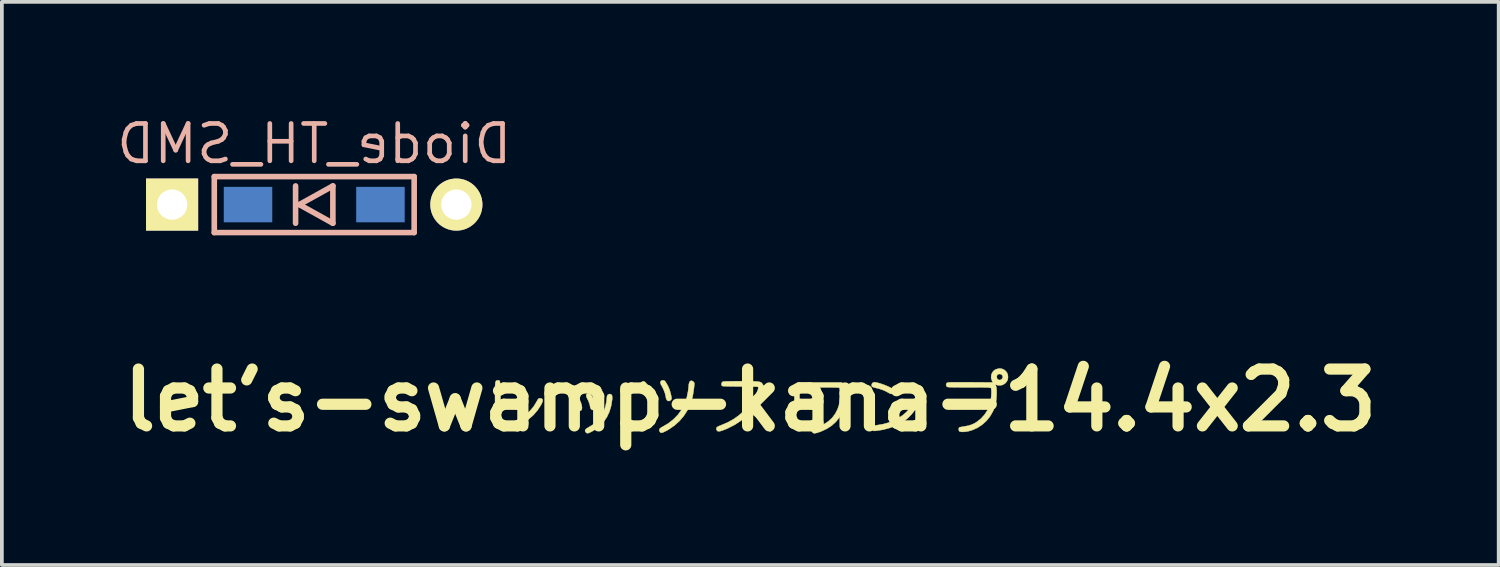
<source format=kicad_pcb>
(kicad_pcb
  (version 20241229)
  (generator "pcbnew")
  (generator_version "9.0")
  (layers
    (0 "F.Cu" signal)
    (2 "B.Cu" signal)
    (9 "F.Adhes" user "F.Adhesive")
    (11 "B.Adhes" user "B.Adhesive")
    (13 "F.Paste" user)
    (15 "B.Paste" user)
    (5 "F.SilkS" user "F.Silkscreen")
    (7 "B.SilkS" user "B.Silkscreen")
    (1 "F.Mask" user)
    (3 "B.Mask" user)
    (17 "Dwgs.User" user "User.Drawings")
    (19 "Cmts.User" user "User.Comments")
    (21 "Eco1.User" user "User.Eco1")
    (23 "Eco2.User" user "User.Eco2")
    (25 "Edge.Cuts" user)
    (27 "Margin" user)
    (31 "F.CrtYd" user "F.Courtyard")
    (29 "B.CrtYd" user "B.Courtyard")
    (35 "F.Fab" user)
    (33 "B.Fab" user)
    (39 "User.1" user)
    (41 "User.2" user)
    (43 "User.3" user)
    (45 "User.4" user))
  (footprint "Diode_TH_SMD"
    (layer "F.Cu")
    (at 5.373 2.434)
    (property "Reference" "Diode_TH_SMD" (at 0 -1.63 0) (layer "B.SilkS") (effects (font (size 1 1) (thickness 0.125)) (justify mirror)))
    (attr smd)
    (fp_line (start -2.679 -0.75) (end -2.679 0.75) (stroke (width 0.15) (type solid)) (layer "B.SilkS"))
    (fp_line (start -2.679 0.75) (end 2.679 0.75) (stroke (width 0.15) (type solid)) (layer "B.SilkS"))
    (fp_line (start -0.5 -0.5) (end -0.5 0.5) (stroke (width 0.15) (type solid)) (layer "B.SilkS"))
    (fp_line (start -0.4 0) (end 0.5 -0.5) (stroke (width 0.15) (type solid)) (layer "B.SilkS"))
    (fp_line (start 0.5 -0.5) (end 0.5 0.5) (stroke (width 0.15) (type solid)) (layer "B.SilkS"))
    (fp_line (start 0.5 0.5) (end -0.4 0) (stroke (width 0.15) (type solid)) (layer "B.SilkS"))
    (fp_line (start 2.679 -0.75) (end -2.679 -0.75) (stroke (width 0.15) (type solid)) (layer "B.SilkS"))
    (fp_line (start 2.679 -0.75) (end 2.679 0.75) (stroke (width 0.15) (type solid)) (layer "B.SilkS"))
    (pad "1" thru_hole rect (at -3.81 0) (size 1.397 1.397) (drill 0.813) (layers "*.Cu" "*.Mask" "F.SilkS"))
    (pad "1" smd rect (at -1.775 0) (size 1.3 0.95) (layers "B.Cu" "B.Mask" "B.Paste"))
    (pad "2" smd rect (at 1.775 0) (size 1.3 0.95) (layers "B.Cu" "B.Mask" "B.Paste"))
    (pad "2" thru_hole circle (at 3.81 0) (size 1.397 1.397) (drill 0.813) (layers "*.Cu" "*.Mask" "F.SilkS")))
  (footprint "let's-swamp-kana-14.4x2.3"
    (layer "F.Cu")
    (at 17.062 7.677)
    (property "Reference" "let's-swamp-kana-14.4x2.3" (at 0 0 0) (layer "F.SilkS") (effects (font (size 1.524 1.524) (thickness 0.3))))
    (attr through_hole)
    (fp_poly (pts (xy -4.311 -0.185) (xy -4.285 -0.168) (xy -4.255 -0.13) (xy -4.225 -0.078) (xy -4.196 -0.015) (xy -4.171 0.052) (xy -4.153 0.12) (xy -4.146 0.155) (xy -4.143 0.194) (xy -4.148 0.219) (xy -4.164 0.24) (xy -4.201 0.263) (xy -4.238 0.261) (xy -4.267 0.241) (xy -4.286 0.211) (xy -4.293 0.184) (xy -4.298 0.145) (xy -4.313 0.092) (xy -4.334 0.035) (xy -4.358 -0.019) (xy -4.377 -0.053) (xy -4.397 -0.1) (xy -4.398 -0.141) (xy -4.381 -0.171) (xy -4.35 -0.187) (xy -4.311 -0.185)) (stroke (width 0.01) (type solid)) (fill yes) (layer "F.SilkS"))
    (fp_poly (pts (xy -4.671 -0.135) (xy -4.634 -0.101) (xy -4.598 -0.051) (xy -4.566 0.007) (xy -4.539 0.071) (xy -4.52 0.133) (xy -4.511 0.191) (xy -4.514 0.238) (xy -4.528 0.267) (xy -4.562 0.289) (xy -4.598 0.288) (xy -4.627 0.269) (xy -4.643 0.246) (xy -4.648 0.232) (xy -4.654 0.197) (xy -4.669 0.148) (xy -4.691 0.094) (xy -4.715 0.042) (xy -4.739 0.001) (xy -4.744 -0.006) (xy -4.768 -0.042) (xy -4.784 -0.073) (xy -4.788 -0.088) (xy -4.777 -0.122) (xy -4.748 -0.144) (xy -4.707 -0.15) (xy -4.671 -0.135)) (stroke (width 0.01) (type solid)) (fill yes) (layer "F.SilkS"))
    (fp_poly (pts (xy -2.848 -0.504) (xy -2.814 -0.48) (xy -2.781 -0.443) (xy -2.726 -0.36) (xy -2.676 -0.262) (xy -2.638 -0.16) (xy -2.624 -0.105) (xy -2.612 -0.052) (xy -2.606 -0.017) (xy -2.606 0.004) (xy -2.612 0.019) (xy -2.624 0.033) (xy -2.629 0.038) (xy -2.665 0.061) (xy -2.703 0.058) (xy -2.722 0.047) (xy -2.737 0.026) (xy -2.752 -0.014) (xy -2.763 -0.056) (xy -2.786 -0.142) (xy -2.821 -0.229) (xy -2.863 -0.307) (xy -2.896 -0.355) (xy -2.925 -0.405) (xy -2.932 -0.448) (xy -2.915 -0.483) (xy -2.91 -0.487) (xy -2.879 -0.506) (xy -2.848 -0.504)) (stroke (width 0.01) (type solid)) (fill yes) (layer "F.SilkS"))
    (fp_poly (pts (xy 3.372 -0.477) (xy 3.437 -0.461) (xy 3.512 -0.438) (xy 3.592 -0.41) (xy 3.67 -0.378) (xy 3.74 -0.346) (xy 3.796 -0.314) (xy 3.81 -0.305) (xy 3.84 -0.272) (xy 3.848 -0.234) (xy 3.835 -0.198) (xy 3.825 -0.186) (xy 3.795 -0.169) (xy 3.761 -0.17) (xy 3.717 -0.191) (xy 3.702 -0.2) (xy 3.631 -0.239) (xy 3.543 -0.276) (xy 3.448 -0.308) (xy 3.383 -0.324) (xy 3.324 -0.338) (xy 3.285 -0.351) (xy 3.263 -0.365) (xy 3.253 -0.383) (xy 3.251 -0.406) (xy 3.262 -0.444) (xy 3.289 -0.472) (xy 3.323 -0.483) (xy 3.372 -0.477)) (stroke (width 0.01) (type solid)) (fill yes) (layer "F.SilkS"))
    (fp_poly (pts (xy -2.316 -0.531) (xy -2.296 -0.52) (xy -2.276 -0.497) (xy -2.256 -0.467) (xy -2.201 -0.37) (xy -2.16 -0.269) (xy -2.133 -0.171) (xy -2.119 -0.111) (xy -2.111 -0.069) (xy -2.11 -0.041) (xy -2.116 -0.021) (xy -2.129 -0.005) (xy -2.134 0) (xy -2.17 0.022) (xy -2.207 0.02) (xy -2.233 0.002) (xy -2.249 -0.025) (xy -2.262 -0.066) (xy -2.265 -0.086) (xy -2.287 -0.185) (xy -2.326 -0.288) (xy -2.369 -0.372) (xy -2.396 -0.42) (xy -2.409 -0.453) (xy -2.411 -0.479) (xy -2.402 -0.504) (xy -2.4 -0.509) (xy -2.378 -0.528) (xy -2.343 -0.533) (xy -2.316 -0.531)) (stroke (width 0.01) (type solid)) (fill yes) (layer "F.SilkS"))
    (fp_poly (pts (xy -3.736 -0.159) (xy -3.712 -0.137) (xy -3.701 -0.098) (xy -3.7 -0.039) (xy -3.702 -0.023) (xy -3.729 0.151) (xy -3.776 0.31) (xy -3.844 0.454) (xy -3.932 0.582) (xy -4.04 0.695) (xy -4.167 0.792) (xy -4.242 0.837) (xy -4.298 0.866) (xy -4.337 0.882) (xy -4.366 0.886) (xy -4.387 0.88) (xy -4.407 0.864) (xy -4.429 0.83) (xy -4.426 0.798) (xy -4.399 0.765) (xy -4.346 0.732) (xy -4.34 0.729) (xy -4.217 0.655) (xy -4.107 0.562) (xy -4.014 0.455) (xy -3.982 0.408) (xy -3.942 0.332) (xy -3.906 0.239) (xy -3.877 0.139) (xy -3.857 0.041) (xy -3.848 -0.046) (xy -3.848 -0.055) (xy -3.84 -0.11) (xy -3.819 -0.147) (xy -3.784 -0.164) (xy -3.773 -0.165) (xy -3.736 -0.159)) (stroke (width 0.01) (type solid)) (fill yes) (layer "F.SilkS"))
    (fp_poly (pts (xy -1.546 -0.511) (xy -1.517 -0.488) (xy -1.5 -0.46) (xy -1.499 -0.45) (xy -1.501 -0.408) (xy -1.507 -0.349) (xy -1.516 -0.279) (xy -1.527 -0.207) (xy -1.538 -0.139) (xy -1.549 -0.083) (xy -1.55 -0.077) (xy -1.604 0.099) (xy -1.681 0.264) (xy -1.778 0.417) (xy -1.895 0.555) (xy -2.031 0.678) (xy -2.183 0.783) (xy -2.268 0.83) (xy -2.322 0.856) (xy -2.358 0.871) (xy -2.383 0.875) (xy -2.402 0.87) (xy -2.408 0.867) (xy -2.432 0.837) (xy -2.441 0.799) (xy -2.438 0.778) (xy -2.42 0.757) (xy -2.388 0.732) (xy -2.36 0.716) (xy -2.199 0.623) (xy -2.059 0.513) (xy -1.938 0.388) (xy -1.839 0.249) (xy -1.76 0.095) (xy -1.702 -0.072) (xy -1.666 -0.253) (xy -1.655 -0.354) (xy -1.648 -0.426) (xy -1.636 -0.475) (xy -1.618 -0.505) (xy -1.593 -0.519) (xy -1.575 -0.521) (xy -1.546 -0.511)) (stroke (width 0.01) (type solid)) (fill yes) (layer "F.SilkS"))
    (fp_poly (pts (xy 4.575 -0.169) (xy 4.593 -0.157) (xy 4.602 -0.137) (xy 4.607 -0.113) (xy 4.602 -0.083) (xy 4.588 -0.04) (xy 4.579 -0.019) (xy 4.512 0.114) (xy 4.429 0.245) (xy 4.334 0.367) (xy 4.231 0.473) (xy 4.154 0.537) (xy 4.027 0.619) (xy 3.881 0.691) (xy 3.722 0.749) (xy 3.554 0.793) (xy 3.383 0.819) (xy 3.378 0.82) (xy 3.332 0.824) (xy 3.303 0.822) (xy 3.285 0.814) (xy 3.273 0.804) (xy 3.256 0.77) (xy 3.253 0.733) (xy 3.265 0.703) (xy 3.269 0.699) (xy 3.289 0.691) (xy 3.328 0.682) (xy 3.379 0.672) (xy 3.418 0.666) (xy 3.557 0.642) (xy 3.681 0.609) (xy 3.799 0.566) (xy 3.857 0.54) (xy 3.983 0.473) (xy 4.092 0.399) (xy 4.187 0.315) (xy 4.272 0.215) (xy 4.351 0.097) (xy 4.42 -0.031) (xy 4.49 -0.171) (xy 4.54 -0.171) (xy 4.575 -0.169)) (stroke (width 0.01) (type solid)) (fill yes) (layer "F.SilkS"))
    (fp_poly (pts (xy -6.731 -0.529) (xy -6.722 -0.521) (xy -6.714 -0.504) (xy -6.708 -0.478) (xy -6.704 -0.44) (xy -6.701 -0.389) (xy -6.698 -0.321) (xy -6.696 -0.235) (xy -6.695 -0.128) (xy -6.694 0.000384) (xy -6.693 0.066) (xy -6.687 0.641) (xy -6.646 0.645) (xy -6.6 0.643) (xy -6.537 0.632) (xy -6.464 0.614) (xy -6.386 0.589) (xy -6.31 0.56) (xy -6.264 0.54) (xy -6.133 0.468) (xy -6.013 0.382) (xy -5.906 0.285) (xy -5.817 0.182) (xy -5.766 0.103) (xy -5.74 0.058) (xy -5.715 0.015) (xy -5.699 -0.013) (xy -5.677 -0.041) (xy -5.648 -0.05) (xy -5.635 -0.051) (xy -5.592 -0.044) (xy -5.569 -0.023) (xy -5.564 0.013) (xy -5.579 0.065) (xy -5.608 0.125) (xy -5.701 0.268) (xy -5.814 0.399) (xy -5.945 0.514) (xy -6.092 0.613) (xy -6.25 0.694) (xy -6.419 0.755) (xy -6.502 0.775) (xy -6.578 0.791) (xy -6.636 0.798) (xy -6.68 0.797) (xy -6.716 0.787) (xy -6.744 0.772) (xy -6.779 0.743) (xy -6.81 0.71) (xy -6.812 0.707) (xy -6.819 0.698) (xy -6.824 0.687) (xy -6.828 0.673) (xy -6.832 0.652) (xy -6.834 0.624) (xy -6.837 0.584) (xy -6.838 0.531) (xy -6.839 0.463) (xy -6.84 0.377) (xy -6.841 0.272) (xy -6.842 0.143) (xy -6.842 0.104) (xy -6.843 -0.038) (xy -6.843 -0.158) (xy -6.843 -0.255) (xy -6.842 -0.334) (xy -6.84 -0.396) (xy -6.837 -0.443) (xy -6.832 -0.477) (xy -6.825 -0.501) (xy -6.816 -0.516) (xy -6.805 -0.524) (xy -6.792 -0.528) (xy -6.776 -0.53) (xy -6.775 -0.53) (xy -6.758 -0.532) (xy -6.743 -0.532) (xy -6.731 -0.529)) (stroke (width 0.01) (type solid)) (fill yes) (layer "F.SilkS"))
    (fp_poly (pts (xy 2.555 -0.366) (xy 2.549 -0.142) (xy 2.545 -0.035) (xy 2.539 0.052) (xy 2.529 0.125) (xy 2.514 0.19) (xy 2.494 0.253) (xy 2.467 0.319) (xy 2.462 0.328) (xy 2.389 0.462) (xy 2.295 0.58) (xy 2.182 0.682) (xy 2.049 0.768) (xy 1.896 0.839) (xy 1.828 0.863) (xy 1.767 0.881) (xy 1.723 0.888) (xy 1.693 0.884) (xy 1.671 0.869) (xy 1.654 0.836) (xy 1.654 0.798) (xy 1.661 0.778) (xy 1.677 0.767) (xy 1.711 0.751) (xy 1.757 0.733) (xy 1.779 0.726) (xy 1.878 0.689) (xy 1.961 0.65) (xy 2.036 0.605) (xy 2.091 0.567) (xy 2.192 0.475) (xy 2.275 0.366) (xy 2.339 0.243) (xy 2.376 0.132) (xy 2.387 0.078) (xy 2.397 0.012) (xy 2.404 -0.059) (xy 2.41 -0.131) (xy 2.412 -0.199) (xy 2.412 -0.257) (xy 2.408 -0.3) (xy 2.401 -0.323) (xy 2.401 -0.323) (xy 2.394 -0.328) (xy 2.381 -0.332) (xy 2.36 -0.336) (xy 2.328 -0.338) (xy 2.283 -0.34) (xy 2.224 -0.341) (xy 2.146 -0.342) (xy 2.049 -0.343) (xy 1.929 -0.343) (xy 1.868 -0.343) (xy 1.73 -0.343) (xy 1.616 -0.342) (xy 1.523 -0.341) (xy 1.452 -0.339) (xy 1.398 -0.337) (xy 1.362 -0.334) (xy 1.342 -0.33) (xy 1.336 -0.328) (xy 1.329 -0.309) (xy 1.324 -0.268) (xy 1.321 -0.203) (xy 1.321 -0.132) (xy 1.32 -0.065) (xy 1.319 -0.007) (xy 1.316 0.039) (xy 1.314 0.066) (xy 1.313 0.07) (xy 1.291 0.095) (xy 1.257 0.106) (xy 1.22 0.1) (xy 1.211 0.095) (xy 1.2 0.087) (xy 1.192 0.078) (xy 1.187 0.062) (xy 1.184 0.038) (xy 1.182 -0.001) (xy 1.181 -0.056) (xy 1.181 -0.132) (xy 1.181 -0.369) (xy 1.231 -0.423) (xy 1.281 -0.476) (xy 2.453 -0.476) (xy 2.555 -0.366)) (stroke (width 0.01) (type solid)) (fill yes) (layer "F.SilkS"))
    (fp_poly (pts (xy -0.125 -0.508) (xy -0.018 -0.507) (xy 0.069 -0.506) (xy 0.138 -0.504) (xy 0.192 -0.5) (xy 0.233 -0.494) (xy 0.263 -0.487) (xy 0.286 -0.477) (xy 0.304 -0.464) (xy 0.319 -0.447) (xy 0.333 -0.428) (xy 0.334 -0.427) (xy 0.355 -0.388) (xy 0.364 -0.345) (xy 0.36 -0.295) (xy 0.343 -0.233) (xy 0.311 -0.158) (xy 0.283 -0.1) (xy 0.249 -0.033) (xy 0.212 0.034) (xy 0.177 0.094) (xy 0.148 0.138) (xy 0.147 0.14) (xy 0.089 0.222) (xy 0.124 0.248) (xy 0.223 0.325) (xy 0.317 0.405) (xy 0.398 0.483) (xy 0.425 0.513) (xy 0.487 0.583) (xy 0.538 0.646) (xy 0.577 0.699) (xy 0.601 0.739) (xy 0.61 0.763) (xy 0.6 0.785) (xy 0.577 0.81) (xy 0.55 0.831) (xy 0.531 0.838) (xy 0.52 0.834) (xy 0.502 0.819) (xy 0.475 0.791) (xy 0.437 0.749) (xy 0.386 0.69) (xy 0.353 0.652) (xy 0.305 0.599) (xy 0.248 0.541) (xy 0.188 0.485) (xy 0.128 0.433) (xy 0.074 0.39) (xy 0.03 0.36) (xy 0.016 0.352) (xy 0.000494 0.348) (xy -0.016 0.351) (xy -0.038 0.366) (xy -0.069 0.393) (xy -0.098 0.421) (xy -0.25 0.55) (xy -0.42 0.662) (xy -0.606 0.756) (xy -0.682 0.788) (xy -0.752 0.814) (xy -0.804 0.83) (xy -0.842 0.836) (xy -0.868 0.833) (xy -0.888 0.821) (xy -0.893 0.815) (xy -0.912 0.779) (xy -0.909 0.744) (xy -0.892 0.722) (xy -0.87 0.709) (xy -0.831 0.69) (xy -0.784 0.671) (xy -0.775 0.667) (xy -0.603 0.594) (xy -0.451 0.51) (xy -0.312 0.412) (xy -0.18 0.296) (xy -0.158 0.274) (xy -0.066 0.176) (xy 0.01 0.08) (xy 0.077 -0.022) (xy 0.141 -0.14) (xy 0.147 -0.151) (xy 0.182 -0.226) (xy 0.204 -0.283) (xy 0.214 -0.322) (xy 0.21 -0.347) (xy 0.202 -0.357) (xy 0.185 -0.359) (xy 0.147 -0.362) (xy 0.088 -0.364) (xy 0.013 -0.366) (xy -0.075 -0.367) (xy -0.174 -0.368) (xy -0.28 -0.368) (xy -0.411 -0.368) (xy -0.518 -0.369) (xy -0.603 -0.371) (xy -0.668 -0.373) (xy -0.714 -0.375) (xy -0.744 -0.378) (xy -0.758 -0.383) (xy -0.759 -0.384) (xy -0.773 -0.413) (xy -0.772 -0.45) (xy -0.756 -0.482) (xy -0.751 -0.487) (xy -0.743 -0.492) (xy -0.73 -0.497) (xy -0.71 -0.5) (xy -0.681 -0.503) (xy -0.639 -0.505) (xy -0.582 -0.506) (xy -0.508 -0.507) (xy -0.415 -0.508) (xy -0.3 -0.508) (xy -0.255 -0.508) (xy -0.125 -0.508)) (stroke (width 0.01) (type solid)) (fill yes) (layer "F.SilkS"))
    (fp_poly (pts (xy 6.74 -0.844) (xy 6.806 -0.815) (xy 6.837 -0.79) (xy 6.881 -0.738) (xy 6.903 -0.68) (xy 6.909 -0.622) (xy 6.902 -0.556) (xy 6.877 -0.502) (xy 6.833 -0.452) (xy 6.827 -0.447) (xy 6.767 -0.41) (xy 6.697 -0.395) (xy 6.623 -0.402) (xy 6.588 -0.413) (xy 6.575 -0.417) (xy 6.574 -0.409) (xy 6.585 -0.384) (xy 6.587 -0.381) (xy 6.596 -0.346) (xy 6.602 -0.292) (xy 6.604 -0.224) (xy 6.603 -0.147) (xy 6.599 -0.067) (xy 6.591 0.011) (xy 6.581 0.081) (xy 6.569 0.137) (xy 6.566 0.146) (xy 6.506 0.297) (xy 6.427 0.434) (xy 6.33 0.554) (xy 6.218 0.656) (xy 6.092 0.739) (xy 5.953 0.801) (xy 5.872 0.826) (xy 5.802 0.841) (xy 5.735 0.849) (xy 5.676 0.85) (xy 5.63 0.845) (xy 5.602 0.834) (xy 5.601 0.832) (xy 5.588 0.802) (xy 5.586 0.766) (xy 5.596 0.737) (xy 5.598 0.734) (xy 5.616 0.726) (xy 5.653 0.717) (xy 5.702 0.708) (xy 5.731 0.704) (xy 5.843 0.683) (xy 5.939 0.653) (xy 6.027 0.61) (xy 6.066 0.586) (xy 6.178 0.498) (xy 6.276 0.391) (xy 6.355 0.271) (xy 6.414 0.14) (xy 6.432 0.083) (xy 6.442 0.034) (xy 6.45 -0.026) (xy 6.457 -0.092) (xy 6.461 -0.159) (xy 6.463 -0.222) (xy 6.461 -0.274) (xy 6.457 -0.31) (xy 6.452 -0.323) (xy 6.446 -0.328) (xy 6.433 -0.332) (xy 6.413 -0.335) (xy 6.382 -0.338) (xy 6.34 -0.34) (xy 6.282 -0.341) (xy 6.208 -0.342) (xy 6.115 -0.342) (xy 6.001 -0.343) (xy 5.864 -0.343) (xy 5.861 -0.343) (xy 5.725 -0.343) (xy 5.612 -0.343) (xy 5.52 -0.344) (xy 5.447 -0.344) (xy 5.39 -0.346) (xy 5.347 -0.347) (xy 5.316 -0.35) (xy 5.295 -0.353) (xy 5.281 -0.356) (xy 5.272 -0.361) (xy 5.266 -0.366) (xy 5.247 -0.403) (xy 5.252 -0.439) (xy 5.269 -0.462) (xy 5.276 -0.467) (xy 5.287 -0.471) (xy 5.304 -0.474) (xy 5.33 -0.477) (xy 5.365 -0.479) (xy 5.414 -0.48) (xy 5.477 -0.481) (xy 5.558 -0.481) (xy 5.657 -0.481) (xy 5.778 -0.48) (xy 5.895 -0.48) (xy 6.498 -0.476) (xy 6.475 -0.527) (xy 6.455 -0.599) (xy 6.455 -0.605) (xy 6.607 -0.605) (xy 6.622 -0.569) (xy 6.651 -0.546) (xy 6.687 -0.54) (xy 6.725 -0.554) (xy 6.747 -0.574) (xy 6.767 -0.608) (xy 6.764 -0.644) (xy 6.756 -0.662) (xy 6.729 -0.69) (xy 6.693 -0.702) (xy 6.655 -0.699) (xy 6.624 -0.68) (xy 6.609 -0.652) (xy 6.607 -0.605) (xy 6.455 -0.605) (xy 6.459 -0.671) (xy 6.475 -0.718) (xy 6.506 -0.77) (xy 6.546 -0.807) (xy 6.595 -0.831) (xy 6.669 -0.85) (xy 6.74 -0.844)) (stroke (width 0.01) (type solid)) (fill yes) (layer "F.SilkS")))
  (gr_rect
    (start -3 -3)
    (end 37.123 12.095)
    (stroke (width 0.1) (type default))
    (fill no)
    (layer "Edge.Cuts")))
</source>
